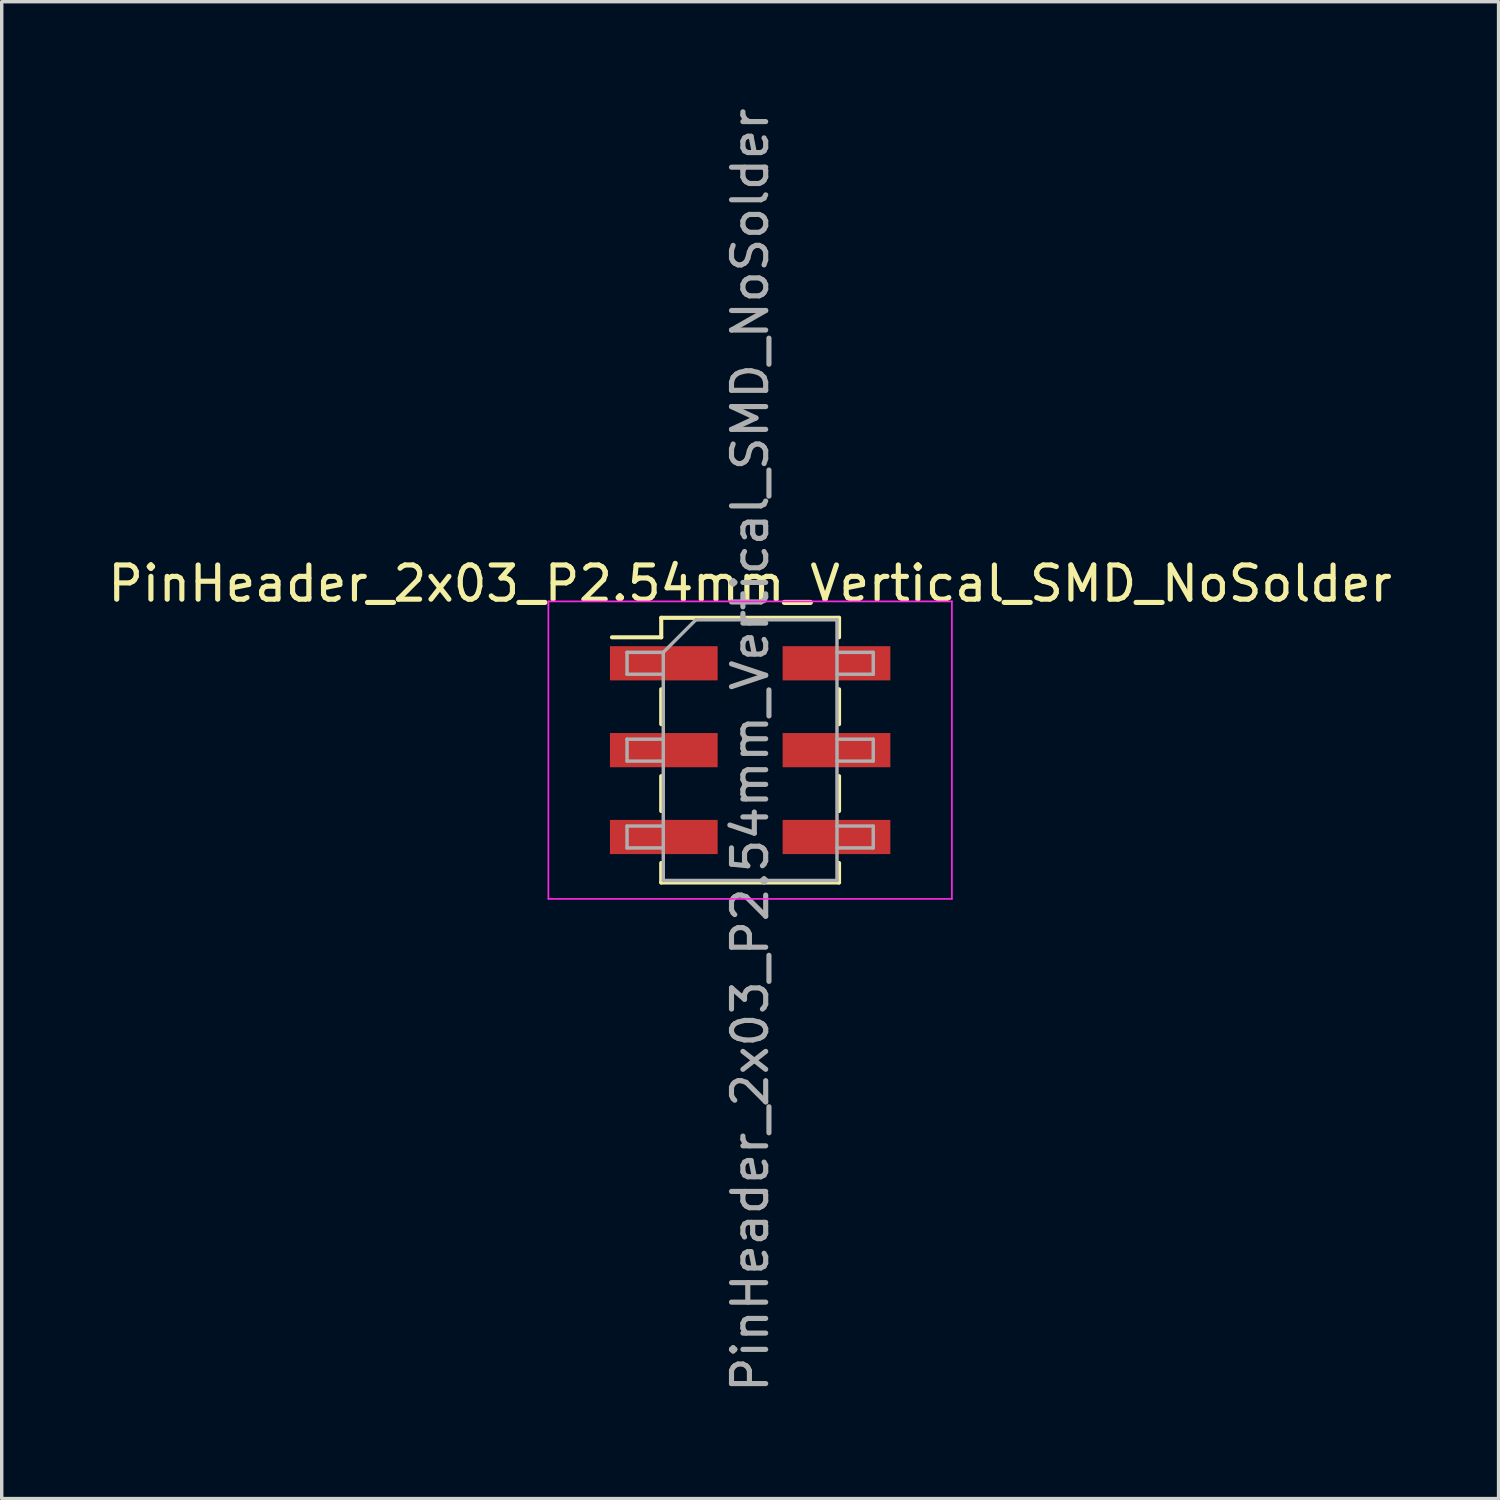
<source format=kicad_pcb>
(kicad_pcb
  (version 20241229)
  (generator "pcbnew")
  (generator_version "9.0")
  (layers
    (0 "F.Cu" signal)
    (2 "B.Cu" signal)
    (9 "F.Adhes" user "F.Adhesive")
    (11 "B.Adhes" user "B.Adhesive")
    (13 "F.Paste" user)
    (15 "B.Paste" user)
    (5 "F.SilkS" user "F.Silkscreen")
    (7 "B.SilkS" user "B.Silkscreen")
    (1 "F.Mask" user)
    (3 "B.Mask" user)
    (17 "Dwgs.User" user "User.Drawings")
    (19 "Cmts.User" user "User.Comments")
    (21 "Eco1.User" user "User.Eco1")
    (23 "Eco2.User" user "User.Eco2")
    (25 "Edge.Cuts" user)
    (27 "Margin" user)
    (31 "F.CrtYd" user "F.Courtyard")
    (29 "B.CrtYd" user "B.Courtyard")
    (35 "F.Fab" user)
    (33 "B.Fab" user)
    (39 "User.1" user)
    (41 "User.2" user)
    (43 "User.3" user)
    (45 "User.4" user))
  (footprint "PinHeader_2x03_P2.54mm_Vertical_SMD_NoSolder"
    (layer "F.Cu")
    (at 18.887 18.887)
    (property "Reference" "PinHeader_2x03_P2.54mm_Vertical_SMD_NoSolder" (at 0 -4.87 0) (layer "F.SilkS") (effects (font (size 1 1) (thickness 0.15))))
    (attr smd)
    (fp_line (start -4.04 -3.3) (end -2.6 -3.3) (stroke (width 0.12) (type solid)) (layer "F.SilkS"))
    (fp_line (start -2.6 -3.87) (end -2.6 -3.3) (stroke (width 0.12) (type solid)) (layer "F.SilkS"))
    (fp_line (start -2.6 -3.87) (end 2.6 -3.87) (stroke (width 0.12) (type solid)) (layer "F.SilkS"))
    (fp_line (start -2.6 -1.78) (end -2.6 -0.76) (stroke (width 0.12) (type solid)) (layer "F.SilkS"))
    (fp_line (start -2.6 0.76) (end -2.6 1.78) (stroke (width 0.12) (type solid)) (layer "F.SilkS"))
    (fp_line (start -2.6 3.3) (end -2.6 3.87) (stroke (width 0.12) (type solid)) (layer "F.SilkS"))
    (fp_line (start -2.6 3.87) (end 2.6 3.87) (stroke (width 0.12) (type solid)) (layer "F.SilkS"))
    (fp_line (start 2.6 -3.87) (end 2.6 -3.3) (stroke (width 0.12) (type solid)) (layer "F.SilkS"))
    (fp_line (start 2.6 -1.78) (end 2.6 -0.76) (stroke (width 0.12) (type solid)) (layer "F.SilkS"))
    (fp_line (start 2.6 0.76) (end 2.6 1.78) (stroke (width 0.12) (type solid)) (layer "F.SilkS"))
    (fp_line (start 2.6 3.3) (end 2.6 3.87) (stroke (width 0.12) (type solid)) (layer "F.SilkS"))
    (fp_line (start -5.9 -4.35) (end -5.9 4.35) (stroke (width 0.05) (type solid)) (layer "F.CrtYd"))
    (fp_line (start -5.9 4.35) (end 5.9 4.35) (stroke (width 0.05) (type solid)) (layer "F.CrtYd"))
    (fp_line (start 5.9 -4.35) (end -5.9 -4.35) (stroke (width 0.05) (type solid)) (layer "F.CrtYd"))
    (fp_line (start 5.9 4.35) (end 5.9 -4.35) (stroke (width 0.05) (type solid)) (layer "F.CrtYd"))
    (fp_line (start -3.6 -2.86) (end -3.6 -2.22) (stroke (width 0.1) (type solid)) (layer "F.Fab"))
    (fp_line (start -3.6 -2.22) (end -2.54 -2.22) (stroke (width 0.1) (type solid)) (layer "F.Fab"))
    (fp_line (start -3.6 -0.32) (end -3.6 0.32) (stroke (width 0.1) (type solid)) (layer "F.Fab"))
    (fp_line (start -3.6 0.32) (end -2.54 0.32) (stroke (width 0.1) (type solid)) (layer "F.Fab"))
    (fp_line (start -3.6 2.22) (end -3.6 2.86) (stroke (width 0.1) (type solid)) (layer "F.Fab"))
    (fp_line (start -3.6 2.86) (end -2.54 2.86) (stroke (width 0.1) (type solid)) (layer "F.Fab"))
    (fp_line (start -2.54 -2.86) (end -3.6 -2.86) (stroke (width 0.1) (type solid)) (layer "F.Fab"))
    (fp_line (start -2.54 -2.86) (end -1.59 -3.81) (stroke (width 0.1) (type solid)) (layer "F.Fab"))
    (fp_line (start -2.54 -0.32) (end -3.6 -0.32) (stroke (width 0.1) (type solid)) (layer "F.Fab"))
    (fp_line (start -2.54 2.22) (end -3.6 2.22) (stroke (width 0.1) (type solid)) (layer "F.Fab"))
    (fp_line (start -2.54 3.81) (end -2.54 -2.86) (stroke (width 0.1) (type solid)) (layer "F.Fab"))
    (fp_line (start -1.59 -3.81) (end 2.54 -3.81) (stroke (width 0.1) (type solid)) (layer "F.Fab"))
    (fp_line (start 2.54 -3.81) (end 2.54 3.81) (stroke (width 0.1) (type solid)) (layer "F.Fab"))
    (fp_line (start 2.54 -2.86) (end 3.6 -2.86) (stroke (width 0.1) (type solid)) (layer "F.Fab"))
    (fp_line (start 2.54 -0.32) (end 3.6 -0.32) (stroke (width 0.1) (type solid)) (layer "F.Fab"))
    (fp_line (start 2.54 2.22) (end 3.6 2.22) (stroke (width 0.1) (type solid)) (layer "F.Fab"))
    (fp_line (start 2.54 3.81) (end -2.54 3.81) (stroke (width 0.1) (type solid)) (layer "F.Fab"))
    (fp_line (start 3.6 -2.86) (end 3.6 -2.22) (stroke (width 0.1) (type solid)) (layer "F.Fab"))
    (fp_line (start 3.6 -2.22) (end 2.54 -2.22) (stroke (width 0.1) (type solid)) (layer "F.Fab"))
    (fp_line (start 3.6 -0.32) (end 3.6 0.32) (stroke (width 0.1) (type solid)) (layer "F.Fab"))
    (fp_line (start 3.6 0.32) (end 2.54 0.32) (stroke (width 0.1) (type solid)) (layer "F.Fab"))
    (fp_line (start 3.6 2.22) (end 3.6 2.86) (stroke (width 0.1) (type solid)) (layer "F.Fab"))
    (fp_line (start 3.6 2.86) (end 2.54 2.86) (stroke (width 0.1) (type solid)) (layer "F.Fab"))
    (fp_text user "${REFERENCE}" (at 0 0 90) (layer "F.Fab") (effects (font (size 1 1) (thickness 0.15))))
    (pad "1" smd rect (at -2.525 -2.54) (size 3.15 1) (layers "F.Cu" "F.Mask"))
    (pad "2" smd rect (at 2.525 -2.54) (size 3.15 1) (layers "F.Cu" "F.Mask"))
    (pad "3" smd rect (at -2.525 0) (size 3.15 1) (layers "F.Cu" "F.Mask"))
    (pad "4" smd rect (at 2.525 0) (size 3.15 1) (layers "F.Cu" "F.Mask"))
    (pad "5" smd rect (at -2.525 2.54) (size 3.15 1) (layers "F.Cu" "F.Mask"))
    (pad "6" smd rect (at 2.525 2.54) (size 3.15 1) (layers "F.Cu" "F.Mask")))
  (gr_rect
    (start -3 -3)
    (end 40.774 40.774)
    (stroke (width 0.1) (type default))
    (fill no)
    (layer "Edge.Cuts")))
</source>
